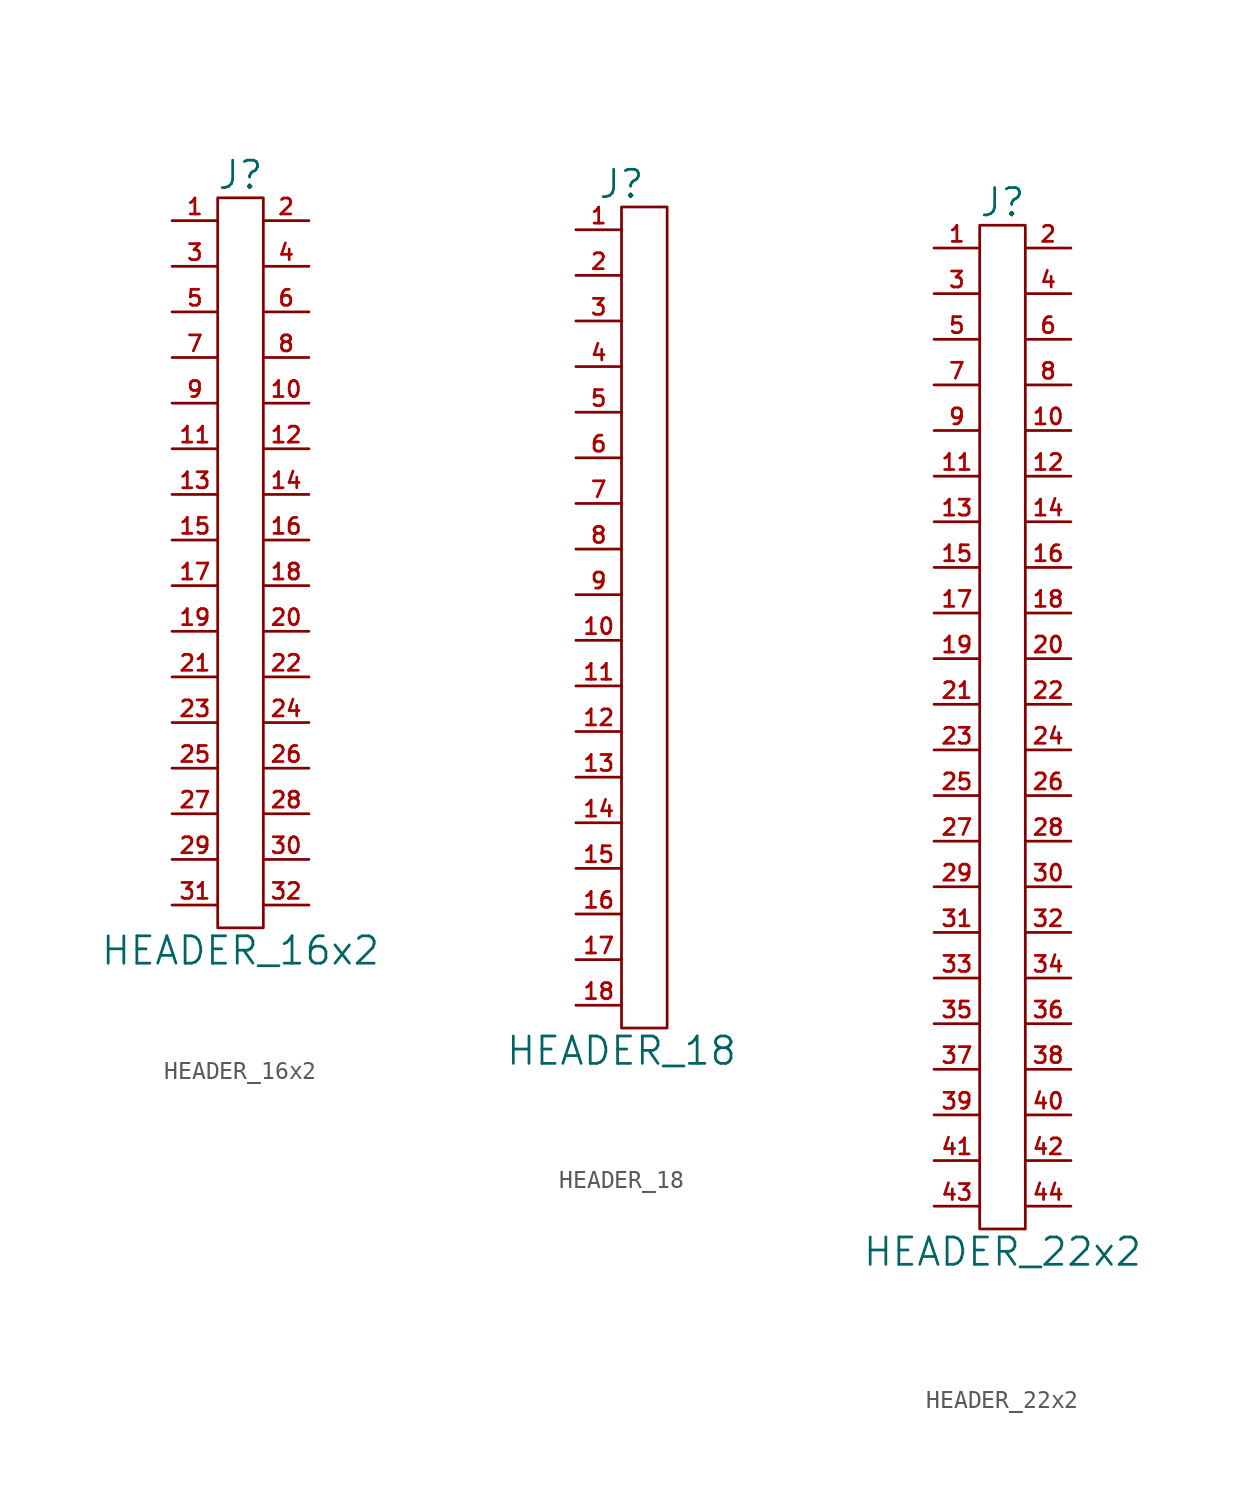
<source format=kicad_sym>
(kicad_symbol_lib
  (version 20211014)
  (generator kicad_symbol_editor)
  (symbol "HEADER_16x2"
    (pin_names
      (offset 0))
    (property "Reference" "J"
      (at 0 21.59 0)
      (effects (font (size 1.524 1.524))))
    (property "Value" "HEADER_16x2"
      (at 0 -21.59 0)
      (effects (font (size 1.524 1.524))))
    (property "Footprint" ""
      (at 0 0 0)
      (effects (font (size 1.524 1.524))))
    (property "Datasheet" ""
      (at 0 0 0)
      (effects (font (size 1.524 1.524))))
    (symbol "HEADER_16x2_0_1"
      (rectangle (start -1.27 20.32) (end 1.27 -20.32) (stroke (width 0) (type default) (color 0 0 0 0)) (fill (type none))))
    (symbol "HEADER_16x2_1_1"
      (pin passive line (at -3.81 19.05 0) (length 2.54) (name "~" (effects (font (size 0.889 0.889)))) (number "1" (effects (font (size 0.889 0.889)))))
      (pin passive line (at 3.81 8.89 180) (length 2.54) (name "~" (effects (font (size 1.27 1.27)))) (number "10" (effects (font (size 0.889 0.889)))))
      (pin passive line (at -3.81 6.35 0) (length 2.54) (name "~" (effects (font (size 1.27 1.27)))) (number "11" (effects (font (size 0.889 0.889)))))
      (pin passive line (at 3.81 6.35 180) (length 2.54) (name "~" (effects (font (size 1.27 1.27)))) (number "12" (effects (font (size 0.889 0.889)))))
      (pin passive line (at -3.81 3.81 0) (length 2.54) (name "~" (effects (font (size 1.27 1.27)))) (number "13" (effects (font (size 0.889 0.889)))))
      (pin passive line (at 3.81 3.81 180) (length 2.54) (name "~" (effects (font (size 1.27 1.27)))) (number "14" (effects (font (size 0.889 0.889)))))
      (pin passive line (at -3.81 1.27 0) (length 2.54) (name "~" (effects (font (size 1.27 1.27)))) (number "15" (effects (font (size 0.889 0.889)))))
      (pin passive line (at 3.81 1.27 180) (length 2.54) (name "~" (effects (font (size 1.27 1.27)))) (number "16" (effects (font (size 0.889 0.889)))))
      (pin passive line (at -3.81 -1.27 0) (length 2.54) (name "~" (effects (font (size 1.27 1.27)))) (number "17" (effects (font (size 0.889 0.889)))))
      (pin passive line (at 3.81 -1.27 180) (length 2.54) (name "~" (effects (font (size 1.27 1.27)))) (number "18" (effects (font (size 0.889 0.889)))))
      (pin passive line (at -3.81 -3.81 0) (length 2.54) (name "~" (effects (font (size 1.27 1.27)))) (number "19" (effects (font (size 0.889 0.889)))))
      (pin passive line (at 3.81 19.05 180) (length 2.54) (name "~" (effects (font (size 1.27 1.27)))) (number "2" (effects (font (size 0.889 0.889)))))
      (pin passive line (at 3.81 -3.81 180) (length 2.54) (name "~" (effects (font (size 1.27 1.27)))) (number "20" (effects (font (size 0.889 0.889)))))
      (pin passive line (at -3.81 -6.35 0) (length 2.54) (name "~" (effects (font (size 1.27 1.27)))) (number "21" (effects (font (size 0.889 0.889)))))
      (pin passive line (at 3.81 -6.35 180) (length 2.54) (name "~" (effects (font (size 1.27 1.27)))) (number "22" (effects (font (size 0.889 0.889)))))
      (pin passive line (at -3.81 -8.89 0) (length 2.54) (name "~" (effects (font (size 1.27 1.27)))) (number "23" (effects (font (size 0.889 0.889)))))
      (pin passive line (at 3.81 -8.89 180) (length 2.54) (name "~" (effects (font (size 1.27 1.27)))) (number "24" (effects (font (size 0.889 0.889)))))
      (pin passive line (at -3.81 -11.43 0) (length 2.54) (name "~" (effects (font (size 1.27 1.27)))) (number "25" (effects (font (size 0.889 0.889)))))
      (pin passive line (at 3.81 -11.43 180) (length 2.54) (name "~" (effects (font (size 1.27 1.27)))) (number "26" (effects (font (size 0.889 0.889)))))
      (pin passive line (at -3.81 -13.97 0) (length 2.54) (name "~" (effects (font (size 1.27 1.27)))) (number "27" (effects (font (size 0.889 0.889)))))
      (pin passive line (at 3.81 -13.97 180) (length 2.54) (name "~" (effects (font (size 1.27 1.27)))) (number "28" (effects (font (size 0.889 0.889)))))
      (pin passive line (at -3.81 -16.51 0) (length 2.54) (name "~" (effects (font (size 1.27 1.27)))) (number "29" (effects (font (size 0.889 0.889)))))
      (pin passive line (at -3.81 16.51 0) (length 2.54) (name "~" (effects (font (size 1.27 1.27)))) (number "3" (effects (font (size 0.889 0.889)))))
      (pin passive line (at 3.81 -16.51 180) (length 2.54) (name "~" (effects (font (size 1.27 1.27)))) (number "30" (effects (font (size 0.889 0.889)))))
      (pin passive line (at -3.81 -19.05 0) (length 2.54) (name "~" (effects (font (size 1.27 1.27)))) (number "31" (effects (font (size 0.889 0.889)))))
      (pin passive line (at 3.81 -19.05 180) (length 2.54) (name "~" (effects (font (size 1.27 1.27)))) (number "32" (effects (font (size 0.889 0.889)))))
      (pin passive line (at 3.81 16.51 180) (length 2.54) (name "~" (effects (font (size 1.27 1.27)))) (number "4" (effects (font (size 0.889 0.889)))))
      (pin passive line (at -3.81 13.97 0) (length 2.54) (name "~" (effects (font (size 1.27 1.27)))) (number "5" (effects (font (size 0.889 0.889)))))
      (pin passive line (at 3.81 13.97 180) (length 2.54) (name "~" (effects (font (size 1.27 1.27)))) (number "6" (effects (font (size 0.889 0.889)))))
      (pin passive line (at -3.81 11.43 0) (length 2.54) (name "~" (effects (font (size 1.27 1.27)))) (number "7" (effects (font (size 0.889 0.889)))))
      (pin passive line (at 3.81 11.43 180) (length 2.54) (name "~" (effects (font (size 1.27 1.27)))) (number "8" (effects (font (size 0.889 0.889)))))
      (pin passive line (at -3.81 8.89 0) (length 2.54) (name "~" (effects (font (size 1.27 1.27)))) (number "9" (effects (font (size 0.889 0.889)))))))
  (symbol "HEADER_18"
    (pin_names
      (offset 0))
    (property "Reference" "J"
      (at 0 24.13 0)
      (effects (font (size 1.524 1.524))))
    (property "Value" "HEADER_18"
      (at 0 -24.13 0)
      (effects (font (size 1.524 1.524))))
    (property "Footprint" ""
      (at 0 0 0)
      (effects (font (size 1.524 1.524))))
    (property "Datasheet" ""
      (at 0 0 0)
      (effects (font (size 1.524 1.524))))
    (symbol "HEADER_18_0_1"
      (rectangle (start 2.54 22.86) (end 0 -22.86) (stroke (width 0) (type default) (color 0 0 0 0)) (fill (type none))))
    (symbol "HEADER_18_1_1"
      (pin passive line (at -2.54 21.59 0) (length 2.54) (name "~" (effects (font (size 0.889 0.889)))) (number "1" (effects (font (size 0.889 0.889)))))
      (pin passive line (at -2.54 -1.27 0) (length 2.54) (name "~" (effects (font (size 1.27 1.27)))) (number "10" (effects (font (size 0.889 0.889)))))
      (pin passive line (at -2.54 -3.81 0) (length 2.54) (name "~" (effects (font (size 1.27 1.27)))) (number "11" (effects (font (size 0.889 0.889)))))
      (pin passive line (at -2.54 -6.35 0) (length 2.54) (name "~" (effects (font (size 1.27 1.27)))) (number "12" (effects (font (size 0.889 0.889)))))
      (pin passive line (at -2.54 -8.89 0) (length 2.54) (name "~" (effects (font (size 1.27 1.27)))) (number "13" (effects (font (size 0.889 0.889)))))
      (pin passive line (at -2.54 -11.43 0) (length 2.54) (name "~" (effects (font (size 1.27 1.27)))) (number "14" (effects (font (size 0.889 0.889)))))
      (pin passive line (at -2.54 -13.97 0) (length 2.54) (name "~" (effects (font (size 1.27 1.27)))) (number "15" (effects (font (size 0.889 0.889)))))
      (pin passive line (at -2.54 -16.51 0) (length 2.54) (name "~" (effects (font (size 1.27 1.27)))) (number "16" (effects (font (size 0.889 0.889)))))
      (pin passive line (at -2.54 -19.05 0) (length 2.54) (name "~" (effects (font (size 1.27 1.27)))) (number "17" (effects (font (size 0.889 0.889)))))
      (pin passive line (at -2.54 -21.59 0) (length 2.54) (name "~" (effects (font (size 1.27 1.27)))) (number "18" (effects (font (size 0.889 0.889)))))
      (pin passive line (at -2.54 19.05 0) (length 2.54) (name "~" (effects (font (size 1.27 1.27)))) (number "2" (effects (font (size 0.889 0.889)))))
      (pin passive line (at -2.54 16.51 0) (length 2.54) (name "~" (effects (font (size 1.27 1.27)))) (number "3" (effects (font (size 0.889 0.889)))))
      (pin passive line (at -2.54 13.97 0) (length 2.54) (name "~" (effects (font (size 1.27 1.27)))) (number "4" (effects (font (size 0.889 0.889)))))
      (pin passive line (at -2.54 11.43 0) (length 2.54) (name "~" (effects (font (size 1.27 1.27)))) (number "5" (effects (font (size 0.889 0.889)))))
      (pin passive line (at -2.54 8.89 0) (length 2.54) (name "~" (effects (font (size 1.27 1.27)))) (number "6" (effects (font (size 0.889 0.889)))))
      (pin passive line (at -2.54 6.35 0) (length 2.54) (name "~" (effects (font (size 1.27 1.27)))) (number "7" (effects (font (size 0.889 0.889)))))
      (pin passive line (at -2.54 3.81 0) (length 2.54) (name "~" (effects (font (size 1.27 1.27)))) (number "8" (effects (font (size 0.889 0.889)))))
      (pin passive line (at -2.54 1.27 0) (length 2.54) (name "~" (effects (font (size 1.27 1.27)))) (number "9" (effects (font (size 0.889 0.889)))))))
  (symbol "HEADER_22x2"
    (pin_names
      (offset 0))
    (property "Reference" "J"
      (at 0 29.21 0)
      (effects (font (size 1.524 1.524))))
    (property "Value" "HEADER_22x2"
      (at 0 -29.21 0)
      (effects (font (size 1.524 1.524))))
    (property "Footprint" ""
      (at 0 -3.81 0)
      (effects (font (size 1.524 1.524))))
    (property "Datasheet" ""
      (at 0 -3.81 0)
      (effects (font (size 1.524 1.524))))
    (symbol "HEADER_22x2_0_1"
      (rectangle (start 1.27 -27.94) (end -1.27 27.94) (stroke (width 0) (type default) (color 0 0 0 0)) (fill (type none))))
    (symbol "HEADER_22x2_1_1"
      (pin passive line (at -3.81 26.67 0) (length 2.54) (name "~" (effects (font (size 0.889 0.889)))) (number "1" (effects (font (size 0.889 0.889)))))
      (pin passive line (at 3.81 16.51 180) (length 2.54) (name "~" (effects (font (size 1.27 1.27)))) (number "10" (effects (font (size 0.889 0.889)))))
      (pin passive line (at -3.81 13.97 0) (length 2.54) (name "~" (effects (font (size 1.27 1.27)))) (number "11" (effects (font (size 0.889 0.889)))))
      (pin passive line (at 3.81 13.97 180) (length 2.54) (name "~" (effects (font (size 1.27 1.27)))) (number "12" (effects (font (size 0.889 0.889)))))
      (pin passive line (at -3.81 11.43 0) (length 2.54) (name "~" (effects (font (size 1.27 1.27)))) (number "13" (effects (font (size 0.889 0.889)))))
      (pin passive line (at 3.81 11.43 180) (length 2.54) (name "~" (effects (font (size 1.27 1.27)))) (number "14" (effects (font (size 0.889 0.889)))))
      (pin passive line (at -3.81 8.89 0) (length 2.54) (name "~" (effects (font (size 1.27 1.27)))) (number "15" (effects (font (size 0.889 0.889)))))
      (pin passive line (at 3.81 8.89 180) (length 2.54) (name "~" (effects (font (size 1.27 1.27)))) (number "16" (effects (font (size 0.889 0.889)))))
      (pin passive line (at -3.81 6.35 0) (length 2.54) (name "~" (effects (font (size 1.27 1.27)))) (number "17" (effects (font (size 0.889 0.889)))))
      (pin passive line (at 3.81 6.35 180) (length 2.54) (name "~" (effects (font (size 1.27 1.27)))) (number "18" (effects (font (size 0.889 0.889)))))
      (pin passive line (at -3.81 3.81 0) (length 2.54) (name "~" (effects (font (size 1.27 1.27)))) (number "19" (effects (font (size 0.889 0.889)))))
      (pin passive line (at 3.81 26.67 180) (length 2.54) (name "~" (effects (font (size 1.27 1.27)))) (number "2" (effects (font (size 0.889 0.889)))))
      (pin passive line (at 3.81 3.81 180) (length 2.54) (name "~" (effects (font (size 1.27 1.27)))) (number "20" (effects (font (size 0.889 0.889)))))
      (pin passive line (at -3.81 1.27 0) (length 2.54) (name "~" (effects (font (size 1.27 1.27)))) (number "21" (effects (font (size 0.889 0.889)))))
      (pin passive line (at 3.81 1.27 180) (length 2.54) (name "~" (effects (font (size 1.27 1.27)))) (number "22" (effects (font (size 0.889 0.889)))))
      (pin passive line (at -3.81 -1.27 0) (length 2.54) (name "~" (effects (font (size 1.27 1.27)))) (number "23" (effects (font (size 0.889 0.889)))))
      (pin passive line (at 3.81 -1.27 180) (length 2.54) (name "~" (effects (font (size 1.27 1.27)))) (number "24" (effects (font (size 0.889 0.889)))))
      (pin passive line (at -3.81 -3.81 0) (length 2.54) (name "~" (effects (font (size 1.27 1.27)))) (number "25" (effects (font (size 0.889 0.889)))))
      (pin passive line (at 3.81 -3.81 180) (length 2.54) (name "~" (effects (font (size 1.27 1.27)))) (number "26" (effects (font (size 0.889 0.889)))))
      (pin passive line (at -3.81 -6.35 0) (length 2.54) (name "~" (effects (font (size 1.27 1.27)))) (number "27" (effects (font (size 0.889 0.889)))))
      (pin passive line (at 3.81 -6.35 180) (length 2.54) (name "~" (effects (font (size 1.27 1.27)))) (number "28" (effects (font (size 0.889 0.889)))))
      (pin passive line (at -3.81 -8.89 0) (length 2.54) (name "~" (effects (font (size 1.27 1.27)))) (number "29" (effects (font (size 0.889 0.889)))))
      (pin passive line (at -3.81 24.13 0) (length 2.54) (name "~" (effects (font (size 1.27 1.27)))) (number "3" (effects (font (size 0.889 0.889)))))
      (pin passive line (at 3.81 -8.89 180) (length 2.54) (name "~" (effects (font (size 1.27 1.27)))) (number "30" (effects (font (size 0.889 0.889)))))
      (pin passive line (at -3.81 -11.43 0) (length 2.54) (name "~" (effects (font (size 1.27 1.27)))) (number "31" (effects (font (size 0.889 0.889)))))
      (pin passive line (at 3.81 -11.43 180) (length 2.54) (name "~" (effects (font (size 1.27 1.27)))) (number "32" (effects (font (size 0.889 0.889)))))
      (pin passive line (at -3.81 -13.97 0) (length 2.54) (name "~" (effects (font (size 1.27 1.27)))) (number "33" (effects (font (size 0.889 0.889)))))
      (pin passive line (at 3.81 -13.97 180) (length 2.54) (name "~" (effects (font (size 1.27 1.27)))) (number "34" (effects (font (size 0.889 0.889)))))
      (pin passive line (at -3.81 -16.51 0) (length 2.54) (name "~" (effects (font (size 1.27 1.27)))) (number "35" (effects (font (size 0.889 0.889)))))
      (pin passive line (at 3.81 -16.51 180) (length 2.54) (name "~" (effects (font (size 1.27 1.27)))) (number "36" (effects (font (size 0.889 0.889)))))
      (pin passive line (at -3.81 -19.05 0) (length 2.54) (name "~" (effects (font (size 1.27 1.27)))) (number "37" (effects (font (size 0.889 0.889)))))
      (pin passive line (at 3.81 -19.05 180) (length 2.54) (name "~" (effects (font (size 1.27 1.27)))) (number "38" (effects (font (size 0.889 0.889)))))
      (pin passive line (at -3.81 -21.59 0) (length 2.54) (name "~" (effects (font (size 1.27 1.27)))) (number "39" (effects (font (size 0.889 0.889)))))
      (pin passive line (at 3.81 24.13 180) (length 2.54) (name "~" (effects (font (size 1.27 1.27)))) (number "4" (effects (font (size 0.889 0.889)))))
      (pin passive line (at 3.81 -21.59 180) (length 2.54) (name "~" (effects (font (size 1.27 1.27)))) (number "40" (effects (font (size 0.889 0.889)))))
      (pin passive line (at -3.81 -24.13 0) (length 2.54) (name "~" (effects (font (size 1.27 1.27)))) (number "41" (effects (font (size 0.889 0.889)))))
      (pin passive line (at 3.81 -24.13 180) (length 2.54) (name "~" (effects (font (size 1.27 1.27)))) (number "42" (effects (font (size 0.889 0.889)))))
      (pin passive line (at -3.81 -26.67 0) (length 2.54) (name "~" (effects (font (size 1.27 1.27)))) (number "43" (effects (font (size 0.889 0.889)))))
      (pin passive line (at 3.81 -26.67 180) (length 2.54) (name "~" (effects (font (size 1.27 1.27)))) (number "44" (effects (font (size 0.889 0.889)))))
      (pin passive line (at -3.81 21.59 0) (length 2.54) (name "~" (effects (font (size 1.27 1.27)))) (number "5" (effects (font (size 0.889 0.889)))))
      (pin passive line (at 3.81 21.59 180) (length 2.54) (name "~" (effects (font (size 1.27 1.27)))) (number "6" (effects (font (size 0.889 0.889)))))
      (pin passive line (at -3.81 19.05 0) (length 2.54) (name "~" (effects (font (size 1.27 1.27)))) (number "7" (effects (font (size 0.889 0.889)))))
      (pin passive line (at 3.81 19.05 180) (length 2.54) (name "~" (effects (font (size 1.27 1.27)))) (number "8" (effects (font (size 0.889 0.889)))))
      (pin passive line (at -3.81 16.51 0) (length 2.54) (name "~" (effects (font (size 1.27 1.27)))) (number "9" (effects (font (size 0.889 0.889))))))))
</source>
